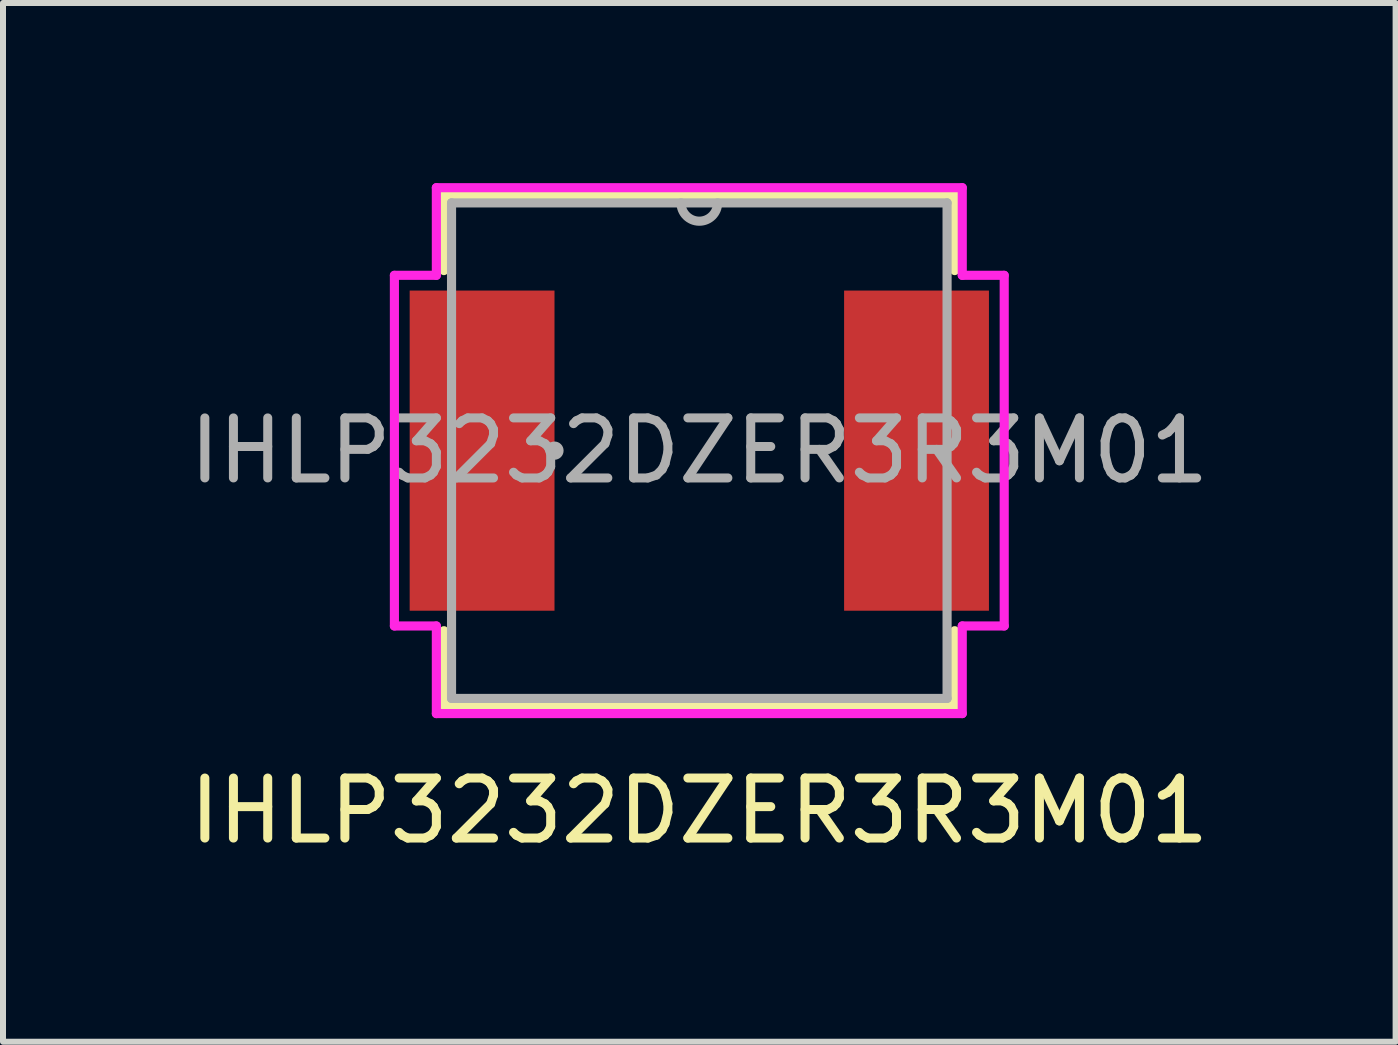
<source format=kicad_pcb>
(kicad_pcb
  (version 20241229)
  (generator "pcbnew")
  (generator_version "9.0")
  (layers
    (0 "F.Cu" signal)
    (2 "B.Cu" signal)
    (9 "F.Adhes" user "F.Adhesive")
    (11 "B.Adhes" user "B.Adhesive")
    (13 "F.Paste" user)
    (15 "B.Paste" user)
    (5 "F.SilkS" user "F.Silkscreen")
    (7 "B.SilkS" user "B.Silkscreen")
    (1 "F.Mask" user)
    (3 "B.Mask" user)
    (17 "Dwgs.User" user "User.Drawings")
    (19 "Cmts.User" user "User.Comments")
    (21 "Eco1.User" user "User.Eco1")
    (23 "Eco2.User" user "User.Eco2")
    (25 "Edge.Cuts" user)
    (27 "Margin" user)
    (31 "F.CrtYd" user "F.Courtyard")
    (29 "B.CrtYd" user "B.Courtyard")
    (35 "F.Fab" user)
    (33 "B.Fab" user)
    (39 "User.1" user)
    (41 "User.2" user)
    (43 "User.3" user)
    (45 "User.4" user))
  (footprint "IHLP3232DZER3R3M01"
    (layer "F.Cu")
    (at 8.601 4.458)
    (property "Reference" "IHLP3232DZER3R3M01" (at 0 6 0) (layer "F.SilkS") (effects (font (size 1 1) (thickness 0.15))))
    (attr through_hole)
    (fp_line (start -4.255 -4.255) (end -4.255 -3) (stroke (width 0.152) (type solid)) (layer "F.SilkS"))
    (fp_line (start -4.255 3) (end -4.255 4.255) (stroke (width 0.152) (type solid)) (layer "F.SilkS"))
    (fp_line (start -4.255 4.255) (end 4.255 4.255) (stroke (width 0.152) (type solid)) (layer "F.SilkS"))
    (fp_line (start 4.255 -4.255) (end -4.255 -4.255) (stroke (width 0.152) (type solid)) (layer "F.SilkS"))
    (fp_line (start 4.255 -3) (end 4.255 -4.255) (stroke (width 0.152) (type solid)) (layer "F.SilkS"))
    (fp_line (start 4.255 4.255) (end 4.255 3) (stroke (width 0.152) (type solid)) (layer "F.SilkS"))
    (fp_line (start -5.08 -2.921) (end -4.381 -2.921) (stroke (width 0.152) (type solid)) (layer "F.CrtYd"))
    (fp_line (start -5.08 2.921) (end -5.08 -2.921) (stroke (width 0.152) (type solid)) (layer "F.CrtYd"))
    (fp_line (start -4.381 -4.381) (end 4.381 -4.381) (stroke (width 0.152) (type solid)) (layer "F.CrtYd"))
    (fp_line (start -4.381 -2.921) (end -4.381 -4.381) (stroke (width 0.152) (type solid)) (layer "F.CrtYd"))
    (fp_line (start -4.381 2.921) (end -5.08 2.921) (stroke (width 0.152) (type solid)) (layer "F.CrtYd"))
    (fp_line (start -4.381 4.381) (end -4.381 2.921) (stroke (width 0.152) (type solid)) (layer "F.CrtYd"))
    (fp_line (start 4.381 -4.381) (end 4.381 -2.921) (stroke (width 0.152) (type solid)) (layer "F.CrtYd"))
    (fp_line (start 4.381 -2.921) (end 5.08 -2.921) (stroke (width 0.152) (type solid)) (layer "F.CrtYd"))
    (fp_line (start 4.381 2.921) (end 4.381 4.381) (stroke (width 0.152) (type solid)) (layer "F.CrtYd"))
    (fp_line (start 4.381 4.381) (end -4.381 4.381) (stroke (width 0.152) (type solid)) (layer "F.CrtYd"))
    (fp_line (start 5.08 -2.921) (end 5.08 2.921) (stroke (width 0.152) (type solid)) (layer "F.CrtYd"))
    (fp_line (start 5.08 2.921) (end 4.381 2.921) (stroke (width 0.152) (type solid)) (layer "F.CrtYd"))
    (fp_line (start -4.128 -4.128) (end -4.128 4.128) (stroke (width 0.152) (type solid)) (layer "F.Fab"))
    (fp_line (start -4.128 4.128) (end 4.128 4.128) (stroke (width 0.152) (type solid)) (layer "F.Fab"))
    (fp_line (start 4.128 -4.128) (end -4.128 -4.128) (stroke (width 0.152) (type solid)) (layer "F.Fab"))
    (fp_line (start 4.128 4.128) (end 4.128 -4.128) (stroke (width 0.152) (type solid)) (layer "F.Fab"))
    (fp_arc (start 0.3048 -4.1275) (mid 0 -3.8227) (end -0.3048 -4.1275) (stroke (width 0.1524) (type solid)) (layer "F.Fab"))
    (fp_circle (center -2.413 0) (end -2.337 0) (stroke (width 0.152) (type solid)) (fill no) (layer "F.Fab"))
    (fp_text user "${REFERENCE}" (at 0 0 0) (layer "F.Fab") (effects (font (size 1 1) (thickness 0.15))))
    (pad "1" smd rect (at -3.619 0) (size 2.413 5.334) (layers "F.Cu" "F.Mask" "F.Paste"))
    (pad "2" smd rect (at 3.619 0) (size 2.413 5.334) (layers "F.Cu" "F.Mask" "F.Paste")))
  (gr_rect
    (start -3 -3)
    (end 20.202 14.306)
    (stroke (width 0.1) (type default))
    (fill no)
    (layer "Edge.Cuts")))
</source>
